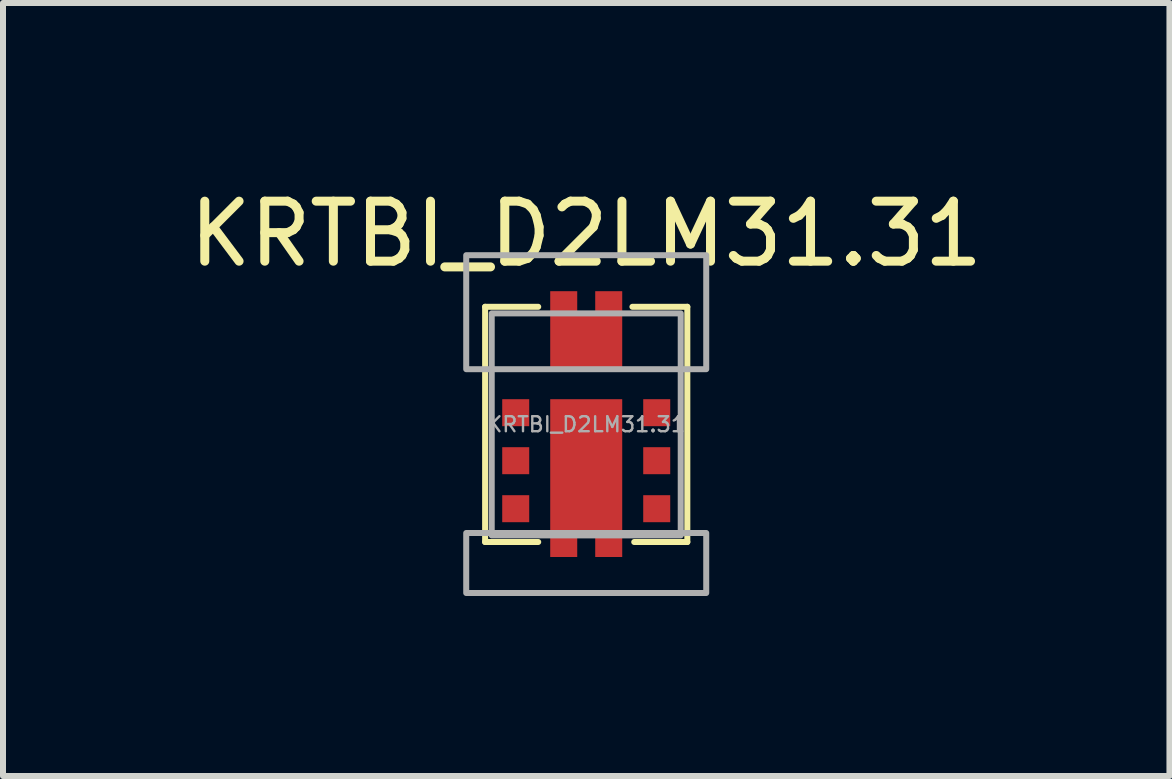
<source format=kicad_pcb>
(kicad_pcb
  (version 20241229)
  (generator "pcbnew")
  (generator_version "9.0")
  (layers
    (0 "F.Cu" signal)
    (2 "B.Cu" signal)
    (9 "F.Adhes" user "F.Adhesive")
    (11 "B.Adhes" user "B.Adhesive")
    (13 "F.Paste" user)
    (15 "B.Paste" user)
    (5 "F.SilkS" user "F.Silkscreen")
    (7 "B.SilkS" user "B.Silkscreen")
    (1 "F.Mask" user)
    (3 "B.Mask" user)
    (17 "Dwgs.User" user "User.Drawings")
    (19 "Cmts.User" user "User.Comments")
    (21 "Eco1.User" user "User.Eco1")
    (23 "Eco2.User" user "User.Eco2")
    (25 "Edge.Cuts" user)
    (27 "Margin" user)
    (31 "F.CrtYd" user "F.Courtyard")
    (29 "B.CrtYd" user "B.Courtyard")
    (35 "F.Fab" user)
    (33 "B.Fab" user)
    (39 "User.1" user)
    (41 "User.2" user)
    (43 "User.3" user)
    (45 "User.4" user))
  (footprint "KRTBI_D2LM31.31"
    (layer "F.Cu")
    (at 6.72 4.023)
    (property "Reference" "KRTBI_D2LM31.31" (at 0 -3.175 0) (unlocked yes) (layer "F.SilkS") (effects (font (size 1 1) (thickness 0.15))))
    (attr smd)
    (fp_line (start -1.685 -1.96) (end -1.685 1.96) (stroke (width 0.1) (type default)) (layer "F.SilkS"))
    (fp_line (start -0.8 -1.96) (end -1.685 -1.96) (stroke (width 0.1) (type default)) (layer "F.SilkS"))
    (fp_line (start -0.8 1.96) (end -1.685 1.96) (stroke (width 0.1) (type default)) (layer "F.SilkS"))
    (fp_line (start 1.685 -1.96) (end 0.77 -1.96) (stroke (width 0.1) (type default)) (layer "F.SilkS"))
    (fp_line (start 1.685 -1.96) (end 1.685 1.96) (stroke (width 0.1) (type default)) (layer "F.SilkS"))
    (fp_line (start 1.685 1.96) (end 0.8 1.96) (stroke (width 0.1) (type default)) (layer "F.SilkS"))
    (fp_rect (start -2 -0.92) (end 2 -2.82) (stroke (width 0.1) (type default)) (fill no) (layer "F.Fab"))
    (fp_rect (start -2 2.81) (end 2 1.81) (stroke (width 0.1) (type default)) (fill no) (layer "F.Fab"))
    (fp_rect (start -1.575 -1.85) (end 1.575 1.85) (stroke (width 0.1) (type default)) (fill no) (layer "F.Fab"))
    (fp_text user "${REFERENCE}" (at 0 0 0) (unlocked yes) (layer "F.Fab") (effects (font (size 0.25 0.25) (thickness 0.04))))
    (pad "1" smd custom (at 0 -1.57 180) (size 0.1 0.1) (layers "F.Cu" "F.Mask" "F.Paste") (options (anchor rect)) (primitives (gr_poly (pts (xy -0.6 -0.65) (xy -0.6 0.65) (xy -0.15 0.65) (xy -0.15 0.25) (xy 0.15 0.25) (xy 0.15 0.65) (xy 0.6 0.65) (xy 0.6 -0.65)) (width 0) (fill yes))))
    (pad "2" smd rect (at -1.175 -0.195 180) (size 0.45 0.45) (layers "F.Cu" "F.Mask" "F.Paste"))
    (pad "3" smd rect (at -1.175 0.605 180) (size 0.45 0.45) (layers "F.Cu" "F.Mask" "F.Paste"))
    (pad "4" smd rect (at -1.175 1.405 180) (size 0.45 0.45) (layers "F.Cu" "F.Mask" "F.Paste"))
    (pad "5" smd custom (at 0 0.91 180) (size 0.1 0.1) (layers "F.Cu" "F.Mask" "F.Paste") (options (anchor rect)) (primitives (gr_poly (pts (xy -0.6 -1.3) (xy -0.6 1.33) (xy 0.6 1.33) (xy 0.6 -1.3) (xy 0.15 -1.3) (xy 0.15 -0.9) (xy -0.15 -0.9) (xy -0.15 -1.3)) (width 0) (fill yes))))
    (pad "6" smd rect (at 1.175 1.405 180) (size 0.45 0.45) (layers "F.Cu" "F.Mask" "F.Paste"))
    (pad "7" smd rect (at 1.175 0.605 180) (size 0.45 0.45) (layers "F.Cu" "F.Mask" "F.Paste"))
    (pad "8" smd rect (at 1.175 -0.195 180) (size 0.45 0.45) (layers "F.Cu" "F.Mask" "F.Paste")))
  (gr_rect
    (start -3 -3)
    (end 16.44 9.883)
    (stroke (width 0.1) (type default))
    (fill no)
    (layer "Edge.Cuts")))
</source>
